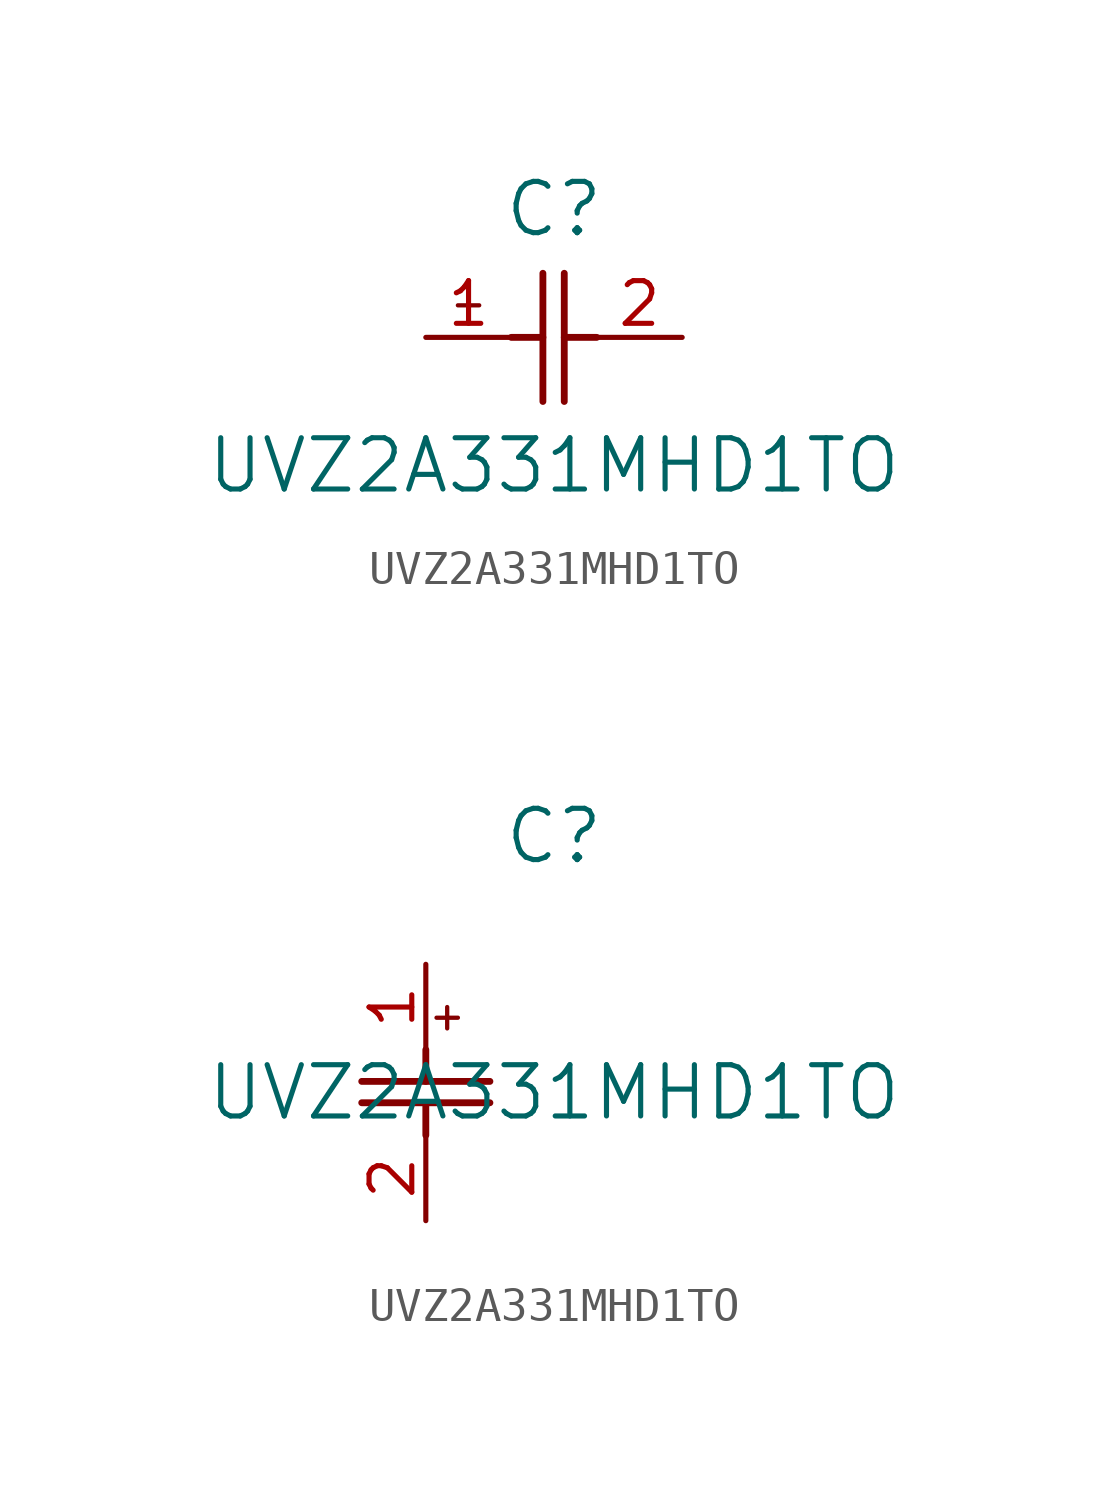
<source format=kicad_sym>
(kicad_symbol_lib
  (version 20211014)
  (generator kicad_symbol_editor)
  (symbol "UVZ2A331MHD1TO"
    (pin_names
      (offset 0.254))
    (property "Reference" "C"
      (at 3.81 3.81 0)
      (effects (font (size 1.524 1.524))))
    (property "Value" "UVZ2A331MHD1TO"
      (at 3.81 -3.81 0)
      (effects (font (size 1.524 1.524))))
    (symbol "UVZ2A331MHD1TO_1_1"
      (polyline (pts (xy 3.48 -1.905) (xy 3.48 1.905)) (stroke (width 0.203) (type default) (color 0 0 0 0)) (fill (type none)))
      (polyline (pts (xy 4.115 -1.905) (xy 4.115 1.905)) (stroke (width 0.203) (type default) (color 0 0 0 0)) (fill (type none)))
      (polyline (pts (xy 4.115 0) (xy 5.08 0)) (stroke (width 0.203) (type default) (color 0 0 0 0)) (fill (type none)))
      (polyline (pts (xy 2.54 0) (xy 3.48 0)) (stroke (width 0.203) (type default) (color 0 0 0 0)) (fill (type none)))
      (polyline (pts (xy 1.27 1.27) (xy 1.27 0.635)) (stroke (width 0.127) (type default) (color 0 0 0 0)) (fill (type none)))
      (polyline (pts (xy 0.953 0.953) (xy 1.587 0.953)) (stroke (width 0.127) (type default) (color 0 0 0 0)) (fill (type none)))
      (pin unspecified line (at 0 0 0) (length 2.54) (name "" (effects (font (size 1.27 1.27)))) (number "1" (effects (font (size 1.27 1.27)))))
      (pin unspecified line (at 7.62 0 180) (length 2.54) (name "" (effects (font (size 1.27 1.27)))) (number "2" (effects (font (size 1.27 1.27))))))
    (symbol "UVZ2A331MHD1TO_1_2"
      (polyline (pts (xy -1.905 -3.48) (xy 1.905 -3.48)) (stroke (width 0.203) (type default) (color 0 0 0 0)) (fill (type none)))
      (polyline (pts (xy -1.905 -4.115) (xy 1.905 -4.115)) (stroke (width 0.203) (type default) (color 0 0 0 0)) (fill (type none)))
      (polyline (pts (xy 0 -4.115) (xy 0 -5.08)) (stroke (width 0.203) (type default) (color 0 0 0 0)) (fill (type none)))
      (polyline (pts (xy 0 -2.54) (xy 0 -3.48)) (stroke (width 0.203) (type default) (color 0 0 0 0)) (fill (type none)))
      (polyline (pts (xy 0.635 -1.27) (xy 0.635 -1.905)) (stroke (width 0.127) (type default) (color 0 0 0 0)) (fill (type none)))
      (polyline (pts (xy 0.318 -1.587) (xy 0.953 -1.587)) (stroke (width 0.127) (type default) (color 0 0 0 0)) (fill (type none)))
      (pin unspecified line (at 0 0 270) (length 2.54) (name "" (effects (font (size 1.27 1.27)))) (number "1" (effects (font (size 1.27 1.27)))))
      (pin unspecified line (at 0 -7.62 90) (length 2.54) (name "" (effects (font (size 1.27 1.27)))) (number "2" (effects (font (size 1.27 1.27))))))))
</source>
